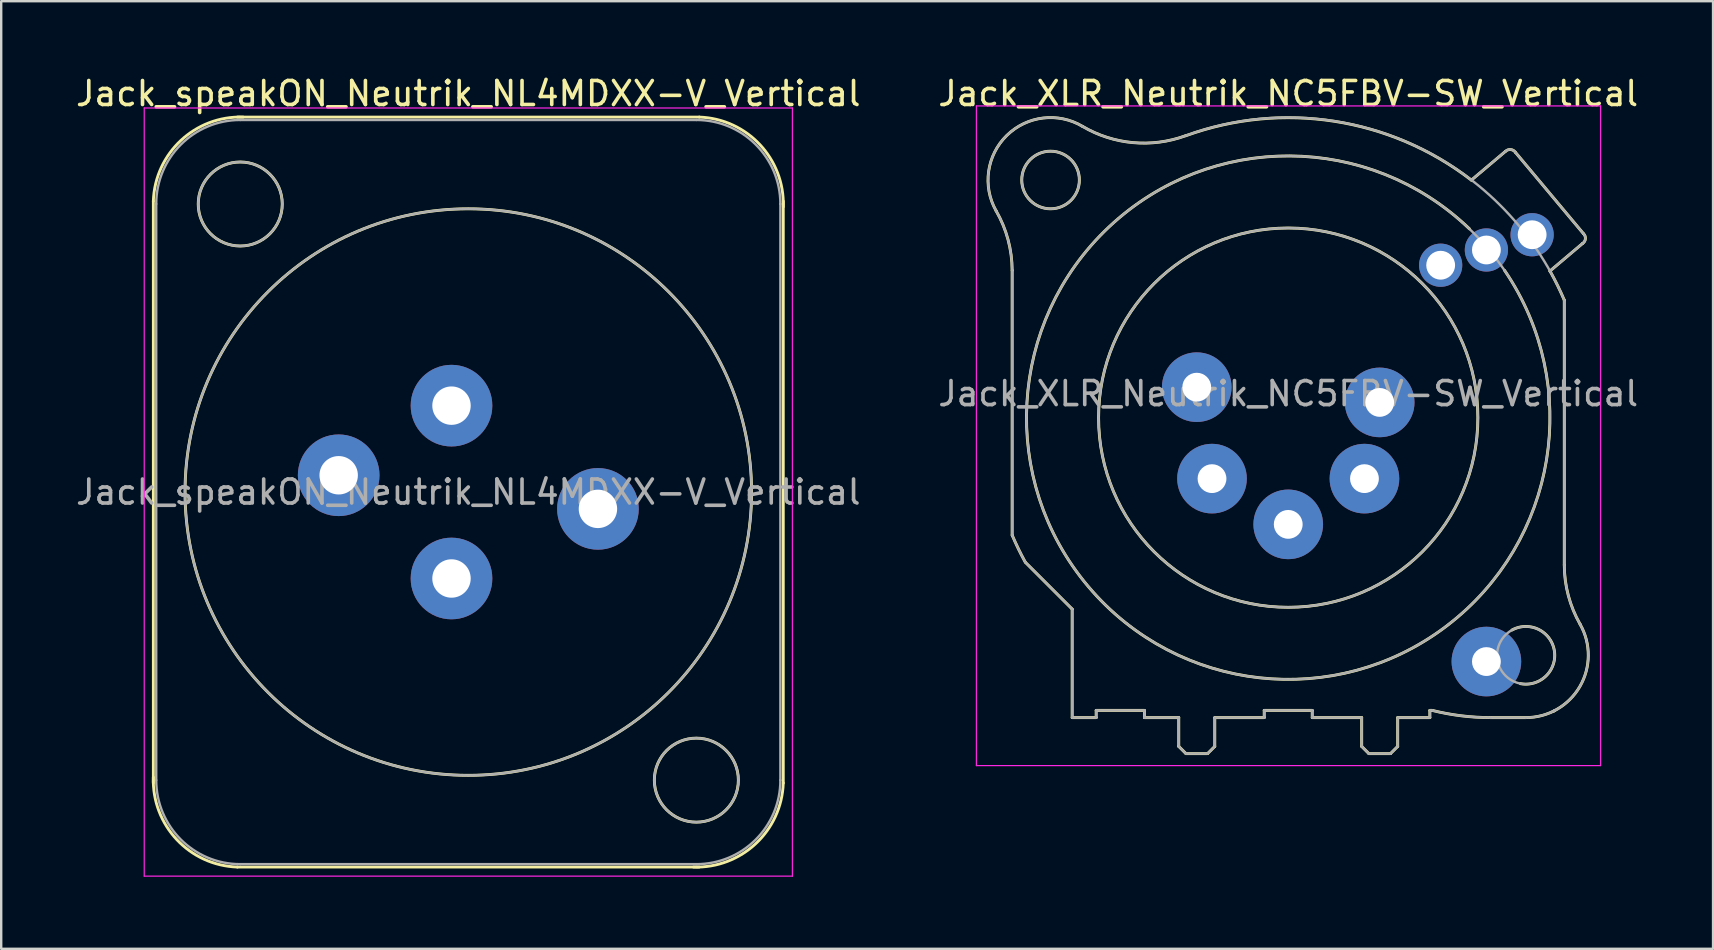
<source format=kicad_pcb>
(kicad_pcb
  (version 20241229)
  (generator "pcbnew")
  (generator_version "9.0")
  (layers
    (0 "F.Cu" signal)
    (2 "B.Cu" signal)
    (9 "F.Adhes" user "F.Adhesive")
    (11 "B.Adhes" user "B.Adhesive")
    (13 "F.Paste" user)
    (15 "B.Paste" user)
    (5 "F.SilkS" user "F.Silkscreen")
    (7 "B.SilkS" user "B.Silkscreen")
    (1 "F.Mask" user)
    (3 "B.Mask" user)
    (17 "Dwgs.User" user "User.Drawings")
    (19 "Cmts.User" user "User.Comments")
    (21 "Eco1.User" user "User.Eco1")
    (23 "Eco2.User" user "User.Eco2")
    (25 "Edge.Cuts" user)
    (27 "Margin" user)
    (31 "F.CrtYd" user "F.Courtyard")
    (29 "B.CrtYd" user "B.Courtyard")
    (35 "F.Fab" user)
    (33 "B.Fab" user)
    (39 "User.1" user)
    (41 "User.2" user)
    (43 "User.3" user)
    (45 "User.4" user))
  (footprint "Jack_speakON_Neutrik_NL4MDXX-V_Vertical"
    (layer "F.Cu")
    (at 15.758 13.848)
    (property "Reference" "Jack_speakON_Neutrik_NL4MDXX-V_Vertical" (at 0.7 -13 0) (layer "F.SilkS") (effects (font (size 1 1) (thickness 0.15))))
    (attr through_hole)
    (fp_line (start -12.42 15.72) (end -12.42 -8.52) (stroke (width 0.12) (type solid)) (layer "F.SilkS"))
    (fp_line (start -8.92 -12.02) (end 10.32 -12.02) (stroke (width 0.12) (type solid)) (layer "F.SilkS"))
    (fp_line (start -8.92 19.22) (end 10.32 19.22) (stroke (width 0.12) (type solid)) (layer "F.SilkS"))
    (fp_line (start 13.82 15.72) (end 13.82 -8.52) (stroke (width 0.12) (type solid)) (layer "F.SilkS"))
    (fp_arc (start -12.42 -8.52) (mid -11.274874 -11.044579) (end -8.68 -12.02) (stroke (width 0.12) (type solid)) (layer "F.SilkS"))
    (fp_arc (start -8.92 19.22) (mid -11.444579 18.074874) (end -12.42 15.48) (stroke (width 0.12) (type solid)) (layer "F.SilkS"))
    (fp_arc (start 10.32 -12.02) (mid 12.844579 -10.874874) (end 13.82 -8.28) (stroke (width 0.12) (type solid)) (layer "F.SilkS"))
    (fp_arc (start 13.82 15.72) (mid 12.674874 18.244579) (end 10.08 19.22) (stroke (width 0.12) (type solid)) (layer "F.SilkS"))
    (fp_circle (center -8.8 -8.4) (end -7.05 -8.4) (stroke (width 0.12) (type solid)) (fill no) (layer "F.SilkS"))
    (fp_circle (center 0.7 3.6) (end 12.5 3.6) (stroke (width 0.12) (type solid)) (fill no) (layer "F.SilkS"))
    (fp_circle (center 10.2 15.6) (end 11.95 15.6) (stroke (width 0.12) (type solid)) (fill no) (layer "F.SilkS"))
    (fp_line (start -12.8 -12.4) (end 14.2 -12.4) (stroke (width 0.05) (type solid)) (layer "F.CrtYd"))
    (fp_line (start -12.8 19.6) (end -12.8 -12.4) (stroke (width 0.05) (type solid)) (layer "F.CrtYd"))
    (fp_line (start -12.8 19.6) (end 14.2 19.6) (stroke (width 0.05) (type solid)) (layer "F.CrtYd"))
    (fp_line (start 14.2 19.6) (end 14.2 -12.4) (stroke (width 0.05) (type solid)) (layer "F.CrtYd"))
    (fp_line (start -12.3 15.6) (end -12.3 -8.4) (stroke (width 0.1) (type solid)) (layer "F.Fab"))
    (fp_line (start -8.8 -11.9) (end 10.2 -11.9) (stroke (width 0.1) (type solid)) (layer "F.Fab"))
    (fp_line (start -8.8 19.1) (end 10.2 19.1) (stroke (width 0.1) (type solid)) (layer "F.Fab"))
    (fp_line (start 13.7 15.6) (end 13.7 -8.4) (stroke (width 0.1) (type solid)) (layer "F.Fab"))
    (fp_arc (start -12.3 -8.4) (mid -11.274874 -10.874874) (end -8.8 -11.9) (stroke (width 0.1) (type solid)) (layer "F.Fab"))
    (fp_arc (start -8.8 19.1) (mid -11.274874 18.074874) (end -12.3 15.6) (stroke (width 0.1) (type solid)) (layer "F.Fab"))
    (fp_arc (start 10.2 -11.9) (mid 12.674874 -10.874874) (end 13.7 -8.4) (stroke (width 0.1) (type solid)) (layer "F.Fab"))
    (fp_arc (start 13.7 15.6) (mid 12.674874 18.074874) (end 10.2 19.1) (stroke (width 0.1) (type solid)) (layer "F.Fab"))
    (fp_circle (center -8.8 -8.4) (end -7.05 -8.4) (stroke (width 0.1) (type solid)) (fill no) (layer "F.Fab"))
    (fp_circle (center 0.7 3.6) (end 12.5 3.6) (stroke (width 0.1) (type solid)) (fill no) (layer "F.Fab"))
    (fp_circle (center 10.2 15.6) (end 8.45 15.6) (stroke (width 0.1) (type solid)) (fill no) (layer "F.Fab"))
    (fp_text user "${REFERENCE}" (at 0.7 3.6 0) (layer "F.Fab") (effects (font (size 1 1) (thickness 0.15))))
    (pad "1+" thru_hole circle (at 0 0) (size 3.4 3.4) (drill 1.6) (layers "*.Cu" "*.Mask"))
    (pad "1-" thru_hole circle (at -4.7 2.9) (size 3.4 3.4) (drill 1.6) (layers "*.Cu" "*.Mask"))
    (pad "2+" thru_hole circle (at 0 7.2) (size 3.4 3.4) (drill 1.6) (layers "*.Cu" "*.Mask"))
    (pad "2-" thru_hole circle (at 6.1 4.3) (size 3.4 3.4) (drill 1.6) (layers "*.Cu" "*.Mask")))
  (footprint "Jack_XLR_Neutrik_NC5FBV-SW_Vertical"
    (layer "F.Cu")
    (at 54.423 13.713)
    (property "Reference" "Jack_XLR_Neutrik_NC5FBV-SW_Vertical" (at -3.81 -12.865 0) (layer "F.SilkS") (effects (font (size 1 1) (thickness 0.15))))
    (attr through_hole)
    (fp_line (start -15.31 -5.5) (end -15.31 5.53) (stroke (width 0.12) (type solid)) (layer "F.SilkS"))
    (fp_line (start -14.76 6.66) (end -12.81 8.61) (stroke (width 0.12) (type solid)) (layer "F.SilkS"))
    (fp_line (start -12.81 8.61) (end -12.81 13.13) (stroke (width 0.12) (type solid)) (layer "F.SilkS"))
    (fp_line (start -11.81 12.83) (end -11.81 13.13) (stroke (width 0.12) (type solid)) (layer "F.SilkS"))
    (fp_line (start -11.81 13.13) (end -12.81 13.13) (stroke (width 0.12) (type solid)) (layer "F.SilkS"))
    (fp_line (start -9.8 12.83) (end -11.81 12.83) (stroke (width 0.12) (type solid)) (layer "F.SilkS"))
    (fp_line (start -9.8 12.83) (end -9.8 13.13) (stroke (width 0.12) (type solid)) (layer "F.SilkS"))
    (fp_line (start -8.37 13.13) (end -9.8 13.13) (stroke (width 0.12) (type solid)) (layer "F.SilkS"))
    (fp_line (start -8.37 13.13) (end -8.37 14.33) (stroke (width 0.12) (type solid)) (layer "F.SilkS"))
    (fp_line (start -8.37 14.33) (end -8.07 14.63) (stroke (width 0.12) (type solid)) (layer "F.SilkS"))
    (fp_line (start -8.07 14.63) (end -7.17 14.63) (stroke (width 0.12) (type solid)) (layer "F.SilkS"))
    (fp_line (start -6.87 13.13) (end -6.87 14.33) (stroke (width 0.12) (type solid)) (layer "F.SilkS"))
    (fp_line (start -6.87 14.33) (end -7.17 14.63) (stroke (width 0.12) (type solid)) (layer "F.SilkS"))
    (fp_line (start -4.81 12.83) (end -4.81 13.13) (stroke (width 0.12) (type solid)) (layer "F.SilkS"))
    (fp_line (start -4.81 12.83) (end -2.81 12.83) (stroke (width 0.12) (type solid)) (layer "F.SilkS"))
    (fp_line (start -4.81 13.13) (end -6.87 13.13) (stroke (width 0.12) (type solid)) (layer "F.SilkS"))
    (fp_line (start -2.81 12.83) (end -2.81 13.13) (stroke (width 0.12) (type solid)) (layer "F.SilkS"))
    (fp_line (start -0.75 13.13) (end -2.81 13.13) (stroke (width 0.12) (type solid)) (layer "F.SilkS"))
    (fp_line (start -0.75 13.13) (end -0.75 14.33) (stroke (width 0.12) (type solid)) (layer "F.SilkS"))
    (fp_line (start -0.75 14.33) (end -0.45 14.63) (stroke (width 0.12) (type solid)) (layer "F.SilkS"))
    (fp_line (start -0.45 14.63) (end 0.45 14.63) (stroke (width 0.12) (type solid)) (layer "F.SilkS"))
    (fp_line (start 0.75 13.13) (end 0.75 14.33) (stroke (width 0.12) (type solid)) (layer "F.SilkS"))
    (fp_line (start 0.75 14.33) (end 0.45 14.63) (stroke (width 0.12) (type solid)) (layer "F.SilkS"))
    (fp_line (start 2.09 12.83) (end 2.09 13.13) (stroke (width 0.12) (type solid)) (layer "F.SilkS"))
    (fp_line (start 2.09 12.83) (end 2.19 12.83) (stroke (width 0.12) (type solid)) (layer "F.SilkS"))
    (fp_line (start 2.09 13.13) (end 0.75 13.13) (stroke (width 0.12) (type solid)) (layer "F.SilkS"))
    (fp_line (start 3.82 -9.26) (end 5.23 -10.45) (stroke (width 0.12) (type solid)) (layer "F.SilkS"))
    (fp_line (start 6.09 13.13) (end 4.62 13.13) (stroke (width 0.12) (type solid)) (layer "F.SilkS"))
    (fp_line (start 7.69 6.77) (end 7.69 -4.26) (stroke (width 0.12) (type solid)) (layer "F.SilkS"))
    (fp_line (start 8.45 -6.62) (end 7.09 -5.47) (stroke (width 0.12) (type solid)) (layer "F.SilkS"))
    (fp_line (start 8.48 -7.04) (end 5.66 -10.41) (stroke (width 0.12) (type solid)) (layer "F.SilkS"))
    (fp_arc (start -15.979585 -7.98114) (mid -15.531071 -11.122847) (end -12.38 -11.5) (stroke (width 0.12) (type solid)) (layer "F.SilkS"))
    (fp_arc (start -15.978065 -7.979621) (mid -15.482459 -6.783342) (end -15.31 -5.5) (stroke (width 0.12) (type solid)) (layer "F.SilkS"))
    (fp_arc (start -14.766969 6.647974) (mid -15.05239 6.095741) (end -15.31 5.53) (stroke (width 0.12) (type solid)) (layer "F.SilkS"))
    (fp_arc (start -8.091246 -11.107072) (mid -10.279718 -10.822246) (end -12.38 -11.5) (stroke (width 0.12) (type solid)) (layer "F.SilkS"))
    (fp_arc (start -8.076266 -11.109228) (mid -1.890733 -11.711835) (end 3.82 -9.26) (stroke (width 0.12) (type solid)) (layer "F.SilkS"))
    (fp_arc (start 4.626277 13.129743) (mid 3.398906 13.05491) (end 2.19 12.83) (stroke (width 0.12) (type solid)) (layer "F.SilkS"))
    (fp_arc (start 5.199539 -5.504132) (mid -12.134617 7.674992) (end 3.74 -7.23) (stroke (width 0.12) (type solid)) (layer "F.SilkS"))
    (fp_arc (start 5.235458 -10.453787) (mid 5.458172 -10.533142) (end 5.66 -10.41) (stroke (width 0.12) (type solid)) (layer "F.SilkS"))
    (fp_arc (start 5.507701 9.483226) (mid 7.277502 10.347546) (end 5.86 11.715) (stroke (width 0.12) (type solid)) (layer "F.SilkS"))
    (fp_arc (start 7.094079 -5.473362) (mid 7.408456 -4.874744) (end 7.69 -4.26) (stroke (width 0.12) (type solid)) (layer "F.SilkS"))
    (fp_arc (start 7.298541 12.835196) (mid 7.274335 12.847725) (end 7.25 12.86) (stroke (width 0.12) (type solid)) (layer "F.SilkS"))
    (fp_arc (start 8.350687 9.245751) (mid 8.337115 11.837852) (end 6.09 13.13) (stroke (width 0.12) (type solid)) (layer "F.SilkS"))
    (fp_arc (start 8.351797 9.24598) (mid 7.859562 8.051113) (end 7.69 6.77) (stroke (width 0.12) (type solid)) (layer "F.SilkS"))
    (fp_arc (start 8.486269 -7.03217) (mid 8.569764 -6.817142) (end 8.45 -6.62) (stroke (width 0.12) (type solid)) (layer "F.SilkS"))
    (fp_circle (center -13.71 -9.265) (end -12.51 -9.265) (stroke (width 0.12) (type solid)) (fill no) (layer "F.SilkS"))
    (fp_circle (center -3.81 0.635) (end 4.09 0.635) (stroke (width 0.12) (type solid)) (fill no) (layer "F.SilkS"))
    (fp_line (start -16.8 -12.35) (end 9.2 -12.35) (stroke (width 0.05) (type solid)) (layer "F.CrtYd"))
    (fp_line (start -16.8 15.13) (end -16.8 -12.35) (stroke (width 0.05) (type solid)) (layer "F.CrtYd"))
    (fp_line (start 9.2 -12.35) (end 9.2 15.13) (stroke (width 0.05) (type solid)) (layer "F.CrtYd"))
    (fp_line (start 9.2 15.13) (end -16.8 15.13) (stroke (width 0.05) (type solid)) (layer "F.CrtYd"))
    (fp_line (start -15.31 -5.5) (end -15.31 5.53) (stroke (width 0.1) (type solid)) (layer "F.Fab"))
    (fp_line (start -14.76 6.66) (end -12.81 8.61) (stroke (width 0.1) (type solid)) (layer "F.Fab"))
    (fp_line (start -12.81 8.61) (end -12.81 13.13) (stroke (width 0.1) (type solid)) (layer "F.Fab"))
    (fp_line (start -11.81 12.83) (end -11.81 13.13) (stroke (width 0.1) (type solid)) (layer "F.Fab"))
    (fp_line (start -11.81 13.13) (end -12.81 13.13) (stroke (width 0.1) (type solid)) (layer "F.Fab"))
    (fp_line (start -9.8 12.83) (end -11.81 12.83) (stroke (width 0.1) (type solid)) (layer "F.Fab"))
    (fp_line (start -9.8 12.83) (end -9.8 13.13) (stroke (width 0.1) (type solid)) (layer "F.Fab"))
    (fp_line (start -8.37 13.13) (end -9.8 13.13) (stroke (width 0.1) (type solid)) (layer "F.Fab"))
    (fp_line (start -8.37 13.13) (end -8.37 14.33) (stroke (width 0.1) (type solid)) (layer "F.Fab"))
    (fp_line (start -8.37 14.33) (end -8.07 14.63) (stroke (width 0.1) (type solid)) (layer "F.Fab"))
    (fp_line (start -8.07 14.63) (end -7.17 14.63) (stroke (width 0.1) (type solid)) (layer "F.Fab"))
    (fp_line (start -6.87 13.13) (end -6.87 14.33) (stroke (width 0.1) (type solid)) (layer "F.Fab"))
    (fp_line (start -6.87 14.33) (end -7.17 14.63) (stroke (width 0.1) (type solid)) (layer "F.Fab"))
    (fp_line (start -4.81 12.83) (end -4.81 13.13) (stroke (width 0.1) (type solid)) (layer "F.Fab"))
    (fp_line (start -4.81 12.83) (end -2.81 12.83) (stroke (width 0.1) (type solid)) (layer "F.Fab"))
    (fp_line (start -4.81 13.13) (end -6.87 13.13) (stroke (width 0.1) (type solid)) (layer "F.Fab"))
    (fp_line (start -2.81 12.83) (end -2.81 13.13) (stroke (width 0.1) (type solid)) (layer "F.Fab"))
    (fp_line (start -0.75 13.13) (end -2.81 13.13) (stroke (width 0.1) (type solid)) (layer "F.Fab"))
    (fp_line (start -0.75 13.13) (end -0.75 14.33) (stroke (width 0.1) (type solid)) (layer "F.Fab"))
    (fp_line (start -0.75 14.33) (end -0.45 14.63) (stroke (width 0.1) (type solid)) (layer "F.Fab"))
    (fp_line (start -0.45 14.63) (end 0.45 14.63) (stroke (width 0.1) (type solid)) (layer "F.Fab"))
    (fp_line (start 0.75 13.13) (end 0.75 14.33) (stroke (width 0.1) (type solid)) (layer "F.Fab"))
    (fp_line (start 0.75 14.33) (end 0.45 14.63) (stroke (width 0.1) (type solid)) (layer "F.Fab"))
    (fp_line (start 2.09 12.83) (end 2.09 13.13) (stroke (width 0.1) (type solid)) (layer "F.Fab"))
    (fp_line (start 2.09 12.83) (end 2.19 12.83) (stroke (width 0.1) (type solid)) (layer "F.Fab"))
    (fp_line (start 2.09 13.13) (end 0.75 13.13) (stroke (width 0.1) (type solid)) (layer "F.Fab"))
    (fp_line (start 3.82 -9.26) (end 5.23 -10.45) (stroke (width 0.1) (type solid)) (layer "F.Fab"))
    (fp_line (start 6.09 13.13) (end 4.62 13.13) (stroke (width 0.1) (type solid)) (layer "F.Fab"))
    (fp_line (start 7.69 6.77) (end 7.69 -4.26) (stroke (width 0.1) (type solid)) (layer "F.Fab"))
    (fp_line (start 8.45 -6.62) (end 7.09 -5.47) (stroke (width 0.1) (type solid)) (layer "F.Fab"))
    (fp_line (start 8.48 -7.04) (end 5.66 -10.41) (stroke (width 0.1) (type solid)) (layer "F.Fab"))
    (fp_arc (start -15.979585 -7.98114) (mid -15.531071 -11.122847) (end -12.38 -11.5) (stroke (width 0.1) (type solid)) (layer "F.Fab"))
    (fp_arc (start -15.978065 -7.979621) (mid -15.482459 -6.783342) (end -15.31 -5.5) (stroke (width 0.1) (type solid)) (layer "F.Fab"))
    (fp_arc (start -14.766969 6.647974) (mid -15.05239 6.095741) (end -15.31 5.53) (stroke (width 0.1) (type solid)) (layer "F.Fab"))
    (fp_arc (start -8.096428 -11.105424) (mid 1.16231 -10.831785) (end 7.69 -4.26) (stroke (width 0.1) (type solid)) (layer "F.Fab"))
    (fp_arc (start -8.091246 -11.107072) (mid -10.279718 -10.822246) (end -12.38 -11.5) (stroke (width 0.1) (type solid)) (layer "F.Fab"))
    (fp_arc (start 4.626277 13.129743) (mid 3.398906 13.05491) (end 2.19 12.83) (stroke (width 0.1) (type solid)) (layer "F.Fab"))
    (fp_arc (start 5.235458 -10.453787) (mid 5.458172 -10.533142) (end 5.66 -10.41) (stroke (width 0.1) (type solid)) (layer "F.Fab"))
    (fp_arc (start 7.298541 12.835196) (mid 7.274335 12.847725) (end 7.25 12.86) (stroke (width 0.1) (type solid)) (layer "F.Fab"))
    (fp_arc (start 8.350687 9.245751) (mid 8.337115 11.837852) (end 6.09 13.13) (stroke (width 0.1) (type solid)) (layer "F.Fab"))
    (fp_arc (start 8.351797 9.24598) (mid 7.859562 8.051113) (end 7.69 6.77) (stroke (width 0.1) (type solid)) (layer "F.Fab"))
    (fp_arc (start 8.486269 -7.03217) (mid 8.569764 -6.817142) (end 8.45 -6.62) (stroke (width 0.1) (type solid)) (layer "F.Fab"))
    (fp_circle (center -13.71 -9.265) (end -12.51 -9.265) (stroke (width 0.1) (type solid)) (fill no) (layer "F.Fab"))
    (fp_circle (center -3.81 0.635) (end 4.09 0.635) (stroke (width 0.1) (type solid)) (fill no) (layer "F.Fab"))
    (fp_circle (center -3.81 0.635) (end 7.09 0.635) (stroke (width 0.1) (type solid)) (fill no) (layer "F.Fab"))
    (fp_circle (center 6.09 10.535) (end 7.29 10.535) (stroke (width 0.1) (type solid)) (fill no) (layer "F.Fab"))
    (fp_text user "${REFERENCE}" (at -3.81 -0.365 0) (layer "F.Fab") (effects (font (size 1 1) (thickness 0.15))))
    (pad "1" thru_hole circle (at 0 0) (size 2.9 2.9) (drill 1.2) (layers "*.Cu" "*.Mask"))
    (pad "2" thru_hole circle (at -0.635 3.175) (size 2.9 2.9) (drill 1.2) (layers "*.Cu" "*.Mask"))
    (pad "3" thru_hole circle (at -3.81 5.08) (size 2.9 2.9) (drill 1.2) (layers "*.Cu" "*.Mask"))
    (pad "4" thru_hole circle (at -6.985 3.175) (size 2.9 2.9) (drill 1.2) (layers "*.Cu" "*.Mask"))
    (pad "5" thru_hole circle (at -7.62 -0.635) (size 2.9 2.9) (drill 1.2) (layers "*.Cu" "*.Mask"))
    (pad "G" thru_hole circle (at 4.445 10.795) (size 2.9 2.9) (drill 1.2) (layers "*.Cu" "*.Mask"))
    (pad "N" thru_hole circle (at 4.445 -6.35) (size 1.8 1.8) (drill 1.2) (layers "*.Cu" "*.Mask"))
    (pad "NC" thru_hole circle (at 2.54 -5.715) (size 1.8 1.8) (drill 1.2) (layers "*.Cu" "*.Mask"))
    (pad "NO" thru_hole circle (at 6.35 -6.985) (size 1.8 1.8) (drill 1.2) (layers "*.Cu" "*.Mask")))
  (gr_rect
    (start -3 -3)
    (end 68.31 36.473)
    (stroke (width 0.1) (type default))
    (fill no)
    (layer "Edge.Cuts")))
</source>
